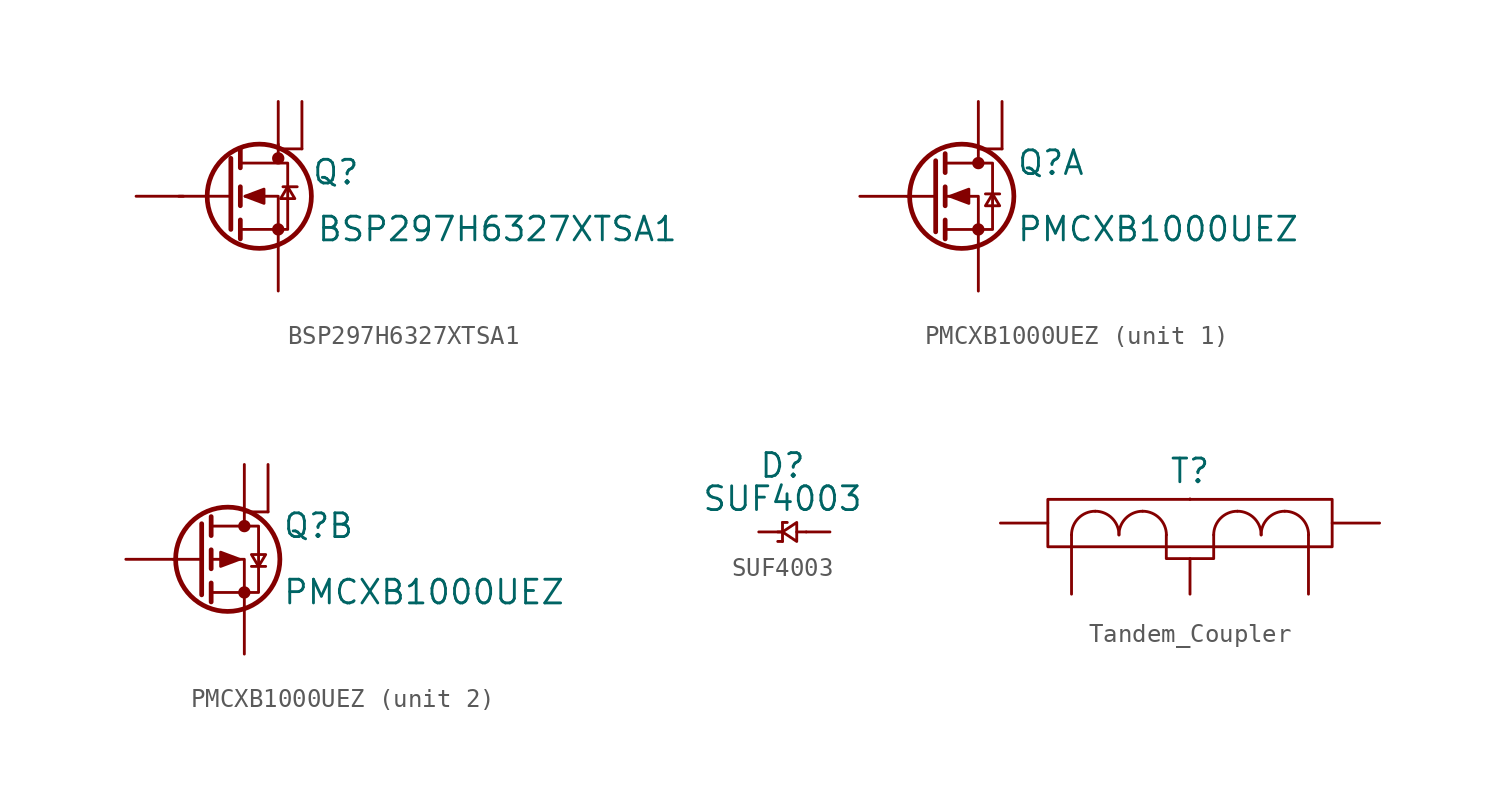
<source format=kicad_sym>
(kicad_symbol_lib
  (version 20241209)
  (generator "kicad_symbol_editor")
  (generator_version "9.0")
  (symbol "BSP297H6327XTSA1"
    (pin_numbers
      (hide yes))
    (pin_names
      (hide yes))
    (property "Reference" "Q"
      (at 4.318 2.032 0)
      (effects (font (size 1.27 1.27)) (justify left top)))
    (property "Value" "BSP297H6327XTSA1"
      (at 4.572 -1.016 0)
      (effects (font (size 1.27 1.27)) (justify left top)))
    (symbol "BSP297H6327XTSA1_0_1"
      (polyline (pts (xy 0 2.032) (xy 0 -1.778)) (stroke (width 0.254) (type default)) (fill (type none)))
      (polyline (pts (xy 0 0) (xy -2.794 0)) (stroke (width 0) (type default)) (fill (type none)))
      (polyline (pts (xy 0.508 2.54) (xy 0.508 1.524)) (stroke (width 0.254) (type default)) (fill (type none)))
      (polyline (pts (xy 0.508 0.508) (xy 0.508 -0.508)) (stroke (width 0.254) (type default)) (fill (type none)))
      (polyline (pts (xy 0.508 -1.27) (xy 0.508 -2.286)) (stroke (width 0.254) (type default)) (fill (type none)))
      (polyline (pts (xy 0.508 -1.778) (xy 3.048 -1.778) (xy 3.048 1.778) (xy 0.508 1.778)) (stroke (width 0) (type default)) (fill (type none)))
      (polyline (pts (xy 0.762 0) (xy 1.778 0.381) (xy 1.778 -0.381) (xy 0.762 0)) (stroke (width 0) (type default)) (fill (type outline)))
      (circle (center 1.524 0) (radius 2.794) (stroke (width 0.254) (type default)) (fill (type none)))
      (polyline (pts (xy 2.54 2.794) (xy 2.54 2.032)) (stroke (width 0) (type default)) (fill (type none)))
      (polyline (pts (xy 2.54 2.54) (xy 3.81 2.54)) (stroke (width 0) (type default)) (fill (type none)))
      (circle (center 2.54 2.032) (radius 0.254) (stroke (width 0) (type default)) (fill (type outline)))
      (circle (center 2.54 -1.778) (radius 0.254) (stroke (width 0) (type default)) (fill (type outline)))
      (polyline (pts (xy 2.54 -2.54) (xy 2.54 0) (xy 0.762 0)) (stroke (width 0) (type default)) (fill (type none)))
      (polyline (pts (xy 2.794 0.508) (xy 3.556 0.508)) (stroke (width 0) (type default)) (fill (type none)))
      (polyline (pts (xy 3.048 0.508) (xy 2.667 -0.127) (xy 3.429 -0.127) (xy 3.048 0.508)) (stroke (width 0) (type default)) (fill (type none))))
    (symbol "BSP297H6327XTSA1_1_1"
      (pin passive line (at -5.08 0 0) (length 2.54) (name "G" (effects (font (size 1.27 1.27)))) (number "1" (effects (font (size 1.27 1.27)))))
      (pin passive line (at 2.54 5.08 270) (length 2.54) (name "D_1" (effects (font (size 1.27 1.27)))) (number "2" (effects (font (size 1.27 1.27)))))
      (pin passive line (at 2.54 -5.08 90) (length 2.54) (name "S" (effects (font (size 1.27 1.27)))) (number "3" (effects (font (size 1.27 1.27)))))
      (pin passive line (at 3.81 5.08 270) (length 2.54) (name "D_2" (effects (font (size 1.27 1.27)))) (number "4" (effects (font (size 1.27 1.27)))))))
  (symbol "PMCXB1000UEZ"
    (pin_numbers
      (hide yes))
    (pin_names
      (hide yes))
    (property "Reference" "Q"
      (at 4.572 2.54 0)
      (effects (font (size 1.27 1.27)) (justify left top)))
    (property "Value" "PMCXB1000UEZ"
      (at 4.572 -1.016 0)
      (effects (font (size 1.27 1.27)) (justify left top)))
    (property "ki_locked" ""
      (at 0 0 0)
      (effects (font (size 1.27 1.27))))
    (symbol "PMCXB1000UEZ_0_1"
      (polyline (pts (xy 0.254 1.905) (xy 0.254 -1.905)) (stroke (width 0.254) (type default)) (fill (type none)))
      (polyline (pts (xy 0.254 0) (xy -1.27 0)) (stroke (width 0) (type solid)) (fill (type none)))
      (polyline (pts (xy 0.762 2.286) (xy 0.762 1.27)) (stroke (width 0.254) (type default)) (fill (type none)))
      (polyline (pts (xy 0.762 0.508) (xy 0.762 -0.508)) (stroke (width 0.254) (type default)) (fill (type none)))
      (polyline (pts (xy 0.762 -1.27) (xy 0.762 -2.286)) (stroke (width 0.254) (type default)) (fill (type none)))
      (polyline (pts (xy 0.762 -1.778) (xy 3.302 -1.778) (xy 3.302 1.778) (xy 0.762 1.778)) (stroke (width 0) (type default)) (fill (type none)))
      (circle (center 1.651 0) (radius 2.794) (stroke (width 0.254) (type default)) (fill (type none)))
      (polyline (pts (xy 2.54 2.54) (xy 2.54 1.778)) (stroke (width 0) (type default)) (fill (type none)))
      (circle (center 2.54 1.778) (radius 0.254) (stroke (width 0) (type default)) (fill (type outline)))
      (circle (center 2.54 -1.778) (radius 0.254) (stroke (width 0) (type default)) (fill (type outline)))
      (polyline (pts (xy 2.54 -2.54) (xy 2.54 0) (xy 0.762 0)) (stroke (width 0) (type default)) (fill (type none))))
    (symbol "PMCXB1000UEZ_1_1"
      (unit_name "N-channel")
      (polyline (pts (xy 1.016 0) (xy 2.032 0.381) (xy 2.032 -0.381) (xy 1.016 0)) (stroke (width 0) (type solid)) (fill (type outline)))
      (polyline (pts (xy 2.921 0.127) (xy 3.683 0.127)) (stroke (width 0) (type solid)) (fill (type none)))
      (polyline (pts (xy 3.302 0.127) (xy 2.921 -0.508) (xy 3.683 -0.508) (xy 3.302 0.127)) (stroke (width 0) (type solid)) (fill (type none)))
      (polyline (pts (xy 3.81 2.54) (xy 2.54 2.54)) (stroke (width 0) (type default)) (fill (type none)))
      (pin input line (at -3.81 0 0) (length 2.54) (name "G" (effects (font (size 1.27 1.27)))) (number "2" (effects (font (size 1.27 1.27)))))
      (pin passive line (at 2.54 5.08 270) (length 2.54) (name "D" (effects (font (size 1.27 1.27)))) (number "6" (effects (font (size 1.27 1.27)))))
      (pin passive line (at 2.54 -5.08 90) (length 2.54) (name "S" (effects (font (size 1.27 1.27)))) (number "1" (effects (font (size 1.27 1.27)))))
      (pin passive line (at 3.81 5.08 270) (length 2.54) (name "D" (effects (font (size 1.27 1.27)))) (number "7" (effects (font (size 1.27 1.27))))))
    (symbol "PMCXB1000UEZ_2_1"
      (unit_name "P-channel")
      (polyline (pts (xy 2.286 0) (xy 1.27 0.381) (xy 1.27 -0.381) (xy 2.286 0)) (stroke (width 0) (type solid)) (fill (type outline)))
      (polyline (pts (xy 2.921 -0.381) (xy 3.683 -0.381)) (stroke (width 0) (type solid)) (fill (type none)))
      (polyline (pts (xy 3.302 -0.381) (xy 2.921 0.254) (xy 3.683 0.254) (xy 3.302 -0.381)) (stroke (width 0) (type solid)) (fill (type none)))
      (polyline (pts (xy 3.81 2.54) (xy 2.54 2.54)) (stroke (width 0) (type default)) (fill (type none)))
      (pin input line (at -3.81 0 0) (length 2.54) (name "G" (effects (font (size 1.27 1.27)))) (number "5" (effects (font (size 1.27 1.27)))))
      (pin passive line (at 2.54 5.08 270) (length 2.54) (name "D" (effects (font (size 1.27 1.27)))) (number "3" (effects (font (size 1.27 1.27)))))
      (pin passive line (at 2.54 -5.08 90) (length 2.54) (name "S" (effects (font (size 1.27 1.27)))) (number "4" (effects (font (size 1.27 1.27)))))
      (pin passive line (at 3.81 5.08 270) (length 2.54) (name "D" (effects (font (size 1.27 1.27)))) (number "8" (effects (font (size 1.27 1.27)))))))
  (symbol "SUF4003"
    (pin_numbers
      (hide yes))
    (pin_names
      (hide yes))
    (property "Reference" "D"
      (at 0 3.556 0)
      (effects (font (size 1.27 1.27))))
    (property "Value" "SUF4003"
      (at 0 1.778 0)
      (effects (font (size 1.27 1.27))))
    (symbol "SUF4003_0_1"
      (polyline (pts (xy 0 0.508) (xy 0 -0.508)) (stroke (width 0) (type default)) (fill (type none)))
      (polyline (pts (xy 0 0.508) (xy 0.254 0.508)) (stroke (width 0) (type default)) (fill (type none)))
      (polyline (pts (xy 0 0) (xy -0.254 0)) (stroke (width 0) (type default)) (fill (type none)))
      (polyline (pts (xy 0 -0.508) (xy -0.254 -0.508)) (stroke (width 0) (type default)) (fill (type none)))
      (polyline (pts (xy 0.762 0.508) (xy 0 0) (xy 0.762 -0.508) (xy 0.762 0.508)) (stroke (width 0) (type default)) (fill (type none)))
      (polyline (pts (xy 0.762 0) (xy 1.27 0)) (stroke (width 0) (type default)) (fill (type none))))
    (symbol "SUF4003_1_1"
      (pin passive line (at -1.27 0 0) (length 1.27) (name "cathode" (effects (font (size 1.27 1.27)))) (number "1" (effects (font (size 1.27 1.27)))))
      (pin passive line (at 2.54 0 180) (length 1.27) (name "cathode" (effects (font (size 1.27 1.27)))) (number "2" (effects (font (size 1.27 1.27)))))))
  (symbol "Tandem_Coupler"
    (pin_numbers
      (hide yes))
    (pin_names
      (hide yes))
    (property "Reference" "T"
      (at 0 2.794 0)
      (effects (font (size 1.27 1.27))))
    (property "Value" ""
      (at 0 0 0)
      (effects (font (size 1.27 1.27))))
    (symbol "Tandem_Coupler_0_1"
      (rectangle (start -7.62 1.27) (end 7.62 -1.27) (stroke (width 0) (type default)) (fill (type none)))
      (polyline (pts (xy -6.35 -0.635) (xy -6.35 -1.27)) (stroke (width 0) (type default)) (fill (type none)))
      (arc (start -5.08 0.635) (mid -4.182 0.263) (end -3.81 -0.635) (stroke (width 0) (type default)) (fill (type none)))
      (arc (start -6.35 -0.635) (mid -5.978 0.263) (end -5.08 0.635) (stroke (width 0) (type default)) (fill (type none)))
      (arc (start -2.54 0.635) (mid -1.642 0.263) (end -1.27 -0.635) (stroke (width 0) (type default)) (fill (type none)))
      (arc (start -3.81 -0.635) (mid -3.438 0.263) (end -2.54 0.635) (stroke (width 0) (type default)) (fill (type none)))
      (polyline (pts (xy -1.27 -0.635) (xy -1.27 -1.905) (xy 1.27 -1.905) (xy 1.27 -0.635)) (stroke (width 0) (type default)) (fill (type none)))
      (polyline (pts (xy 0 1.27) (xy 0 1.295)) (stroke (width 0) (type default)) (fill (type none)))
      (arc (start 1.27 -0.635) (mid 1.642 0.263) (end 2.54 0.635) (stroke (width 0) (type default)) (fill (type none)))
      (arc (start 2.54 0.635) (mid 3.438 0.263) (end 3.81 -0.635) (stroke (width 0) (type default)) (fill (type none)))
      (arc (start 3.81 -0.635) (mid 4.182 0.263) (end 5.08 0.635) (stroke (width 0) (type default)) (fill (type none)))
      (arc (start 5.08 0.635) (mid 5.978 0.263) (end 6.35 -0.635) (stroke (width 0) (type default)) (fill (type none)))
      (polyline (pts (xy 6.35 -0.635) (xy 6.35 -1.27)) (stroke (width 0) (type default)) (fill (type none))))
    (symbol "Tandem_Coupler_1_1"
      (pin passive line (at -10.16 0 0) (length 2.54) (name "~" (effects (font (size 1.27 1.27)))) (number "1" (effects (font (size 1.27 1.27)))))
      (pin passive line (at -6.35 -3.81 90) (length 2.54) (name "~" (effects (font (size 1.27 1.27)))) (number "5" (effects (font (size 1.27 1.27)))))
      (pin passive line (at 0 -3.81 90) (length 1.905) (name "~" (effects (font (size 1.27 1.27)))) (number "3" (effects (font (size 1.27 1.27)))))
      (pin passive line (at 6.35 -3.81 90) (length 2.54) (name "~" (effects (font (size 1.27 1.27)))) (number "4" (effects (font (size 1.27 1.27)))))
      (pin passive line (at 10.16 0 180) (length 2.54) (name "~" (effects (font (size 1.27 1.27)))) (number "2" (effects (font (size 1.27 1.27))))))))
</source>
